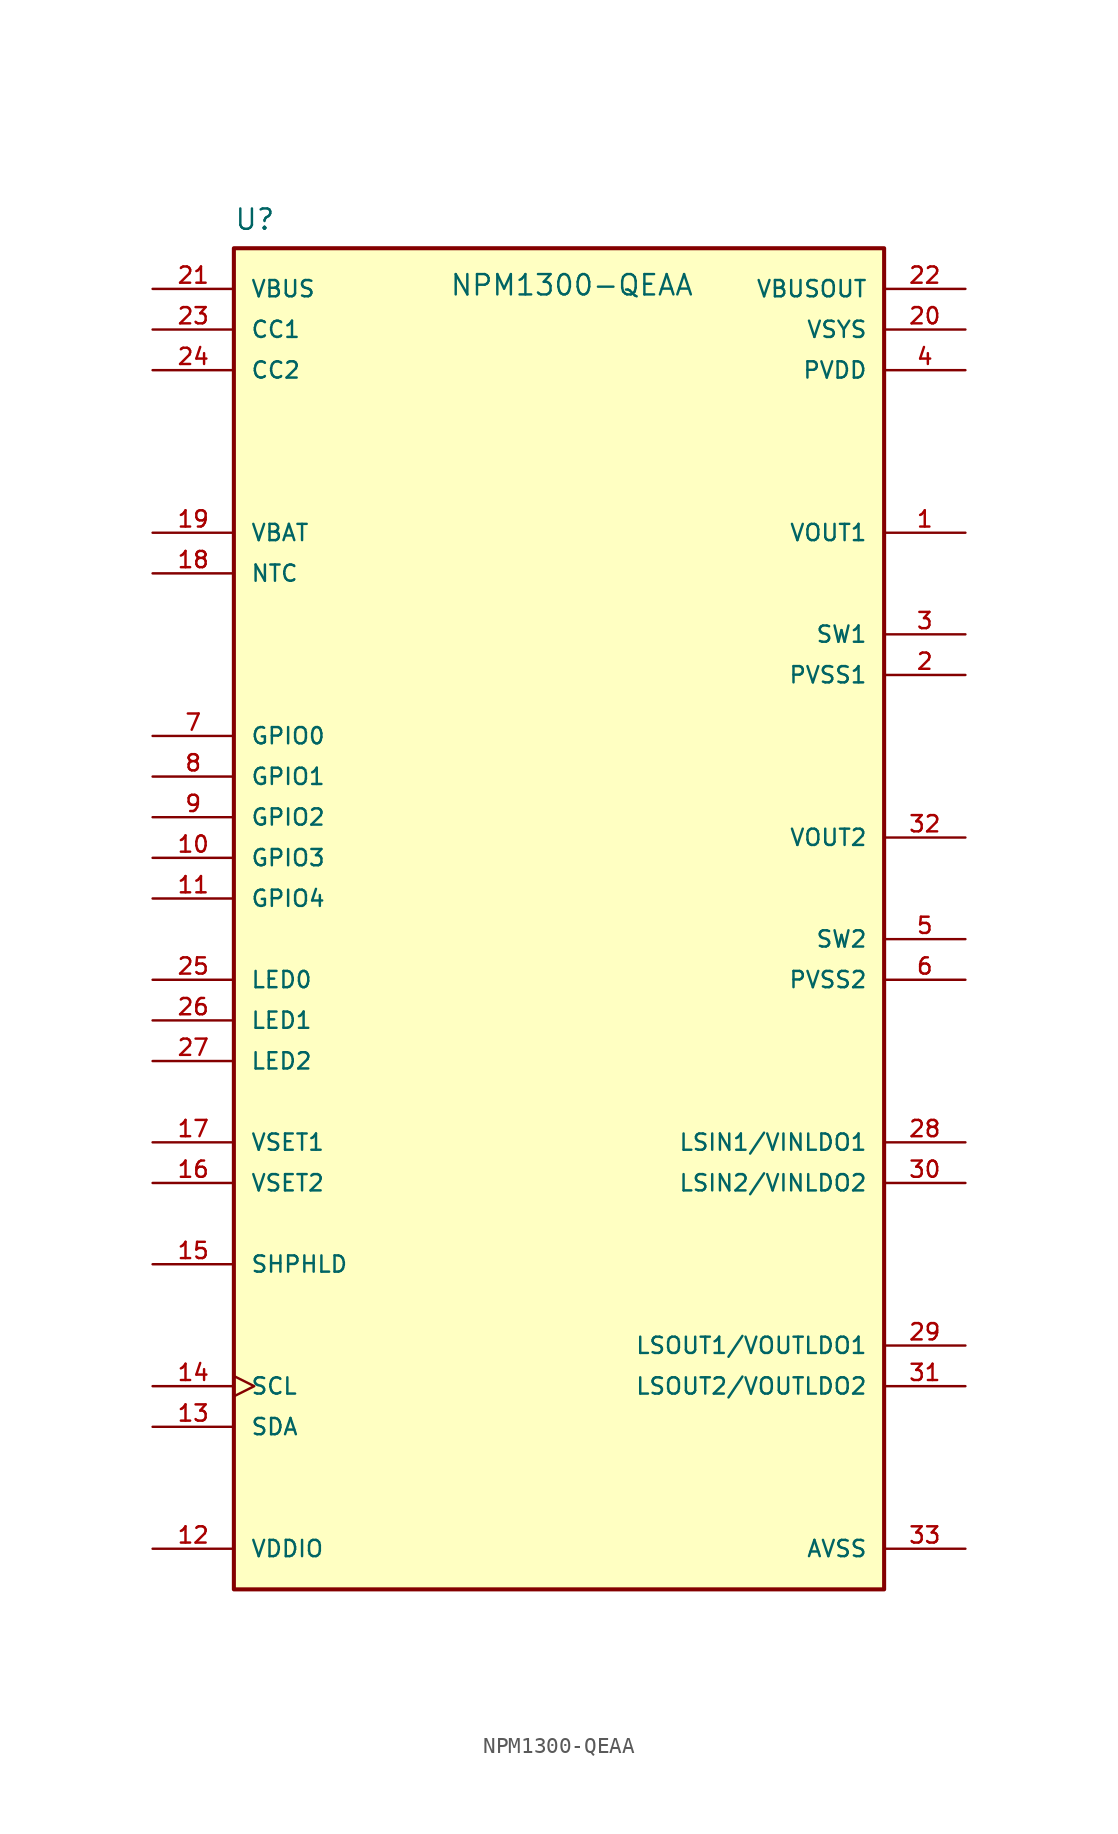
<source format=kicad_sym>
(kicad_symbol_lib
  (version 20231120)
  (generator "kicad_symbol_editor")
  (generator_version "8.0")
  (symbol "NPM1300-QEAA"
    (pin_names
      (offset 1.016))
    (property "Reference" "U"
      (at -20.32 27.94 0)
      (effects (font (size 1.27 1.27)) (justify left top)))
    (property "Value" "NPM1300-QEAA"
      (at -6.858 22.352 0)
      (effects (font (size 1.27 1.27)) (justify left bottom)))
    (symbol "NPM1300-QEAA_0_0"
      (rectangle (start -20.32 25.4) (end 20.32 -58.42) (stroke (width 0.254) (type default)) (fill (type background))))
    (symbol "NPM1300-QEAA_1_0"
      (pin power_out line (at 25.4 7.62 180) (length 5.08) (name "VOUT1" (effects (font (size 1.016 1.016)))) (number "1" (effects (font (size 1.016 1.016)))))
      (pin bidirectional line (at -25.4 -12.7 0) (length 5.08) (name "GPIO3" (effects (font (size 1.016 1.016)))) (number "10" (effects (font (size 1.016 1.016)))))
      (pin bidirectional line (at -25.4 -15.24 0) (length 5.08) (name "GPIO4" (effects (font (size 1.016 1.016)))) (number "11" (effects (font (size 1.016 1.016)))))
      (pin power_in line (at -25.4 -55.88 0) (length 5.08) (name "VDDIO" (effects (font (size 1.016 1.016)))) (number "12" (effects (font (size 1.016 1.016)))))
      (pin open_collector line (at -25.4 -48.26 0) (length 5.08) (name "SDA" (effects (font (size 1.016 1.016)))) (number "13" (effects (font (size 1.016 1.016)))))
      (pin open_collector clock (at -25.4 -45.72 0) (length 5.08) (name "SCL" (effects (font (size 1.016 1.016)))) (number "14" (effects (font (size 1.016 1.016)))))
      (pin input line (at -25.4 -38.1 0) (length 5.08) (name "SHPHLD" (effects (font (size 1.016 1.016)))) (number "15" (effects (font (size 1.016 1.016)))))
      (pin input line (at -25.4 -33.02 0) (length 5.08) (name "VSET2" (effects (font (size 1.016 1.016)))) (number "16" (effects (font (size 1.016 1.016)))))
      (pin input line (at -25.4 -30.48 0) (length 5.08) (name "VSET1" (effects (font (size 1.016 1.016)))) (number "17" (effects (font (size 1.016 1.016)))))
      (pin input line (at -25.4 5.08 0) (length 5.08) (name "NTC" (effects (font (size 1.016 1.016)))) (number "18" (effects (font (size 1.016 1.016)))))
      (pin power_in line (at -25.4 7.62 0) (length 5.08) (name "VBAT" (effects (font (size 1.016 1.016)))) (number "19" (effects (font (size 1.016 1.016)))))
      (pin power_in line (at 25.4 -1.27 180) (length 5.08) (name "PVSS1" (effects (font (size 1.016 1.016)))) (number "2" (effects (font (size 1.016 1.016)))))
      (pin power_out line (at 25.4 20.32 180) (length 5.08) (name "VSYS" (effects (font (size 1.016 1.016)))) (number "20" (effects (font (size 1.016 1.016)))))
      (pin power_in line (at -25.4 22.86 0) (length 5.08) (name "VBUS" (effects (font (size 1.016 1.016)))) (number "21" (effects (font (size 1.016 1.016)))))
      (pin power_out line (at 25.4 22.86 180) (length 5.08) (name "VBUSOUT" (effects (font (size 1.016 1.016)))) (number "22" (effects (font (size 1.016 1.016)))))
      (pin input line (at -25.4 20.32 0) (length 5.08) (name "CC1" (effects (font (size 1.016 1.016)))) (number "23" (effects (font (size 1.016 1.016)))))
      (pin input line (at -25.4 17.78 0) (length 5.08) (name "CC2" (effects (font (size 1.016 1.016)))) (number "24" (effects (font (size 1.016 1.016)))))
      (pin output line (at -25.4 -20.32 0) (length 5.08) (name "LED0" (effects (font (size 1.016 1.016)))) (number "25" (effects (font (size 1.016 1.016)))))
      (pin output line (at -25.4 -22.86 0) (length 5.08) (name "LED1" (effects (font (size 1.016 1.016)))) (number "26" (effects (font (size 1.016 1.016)))))
      (pin output line (at -25.4 -25.4 0) (length 5.08) (name "LED2" (effects (font (size 1.016 1.016)))) (number "27" (effects (font (size 1.016 1.016)))))
      (pin power_in line (at 25.4 -30.48 180) (length 5.08) (name "LSIN1/VINLDO1" (effects (font (size 1.016 1.016)))) (number "28" (effects (font (size 1.016 1.016)))))
      (pin power_out line (at 25.4 -43.18 180) (length 5.08) (name "LSOUT1/VOUTLDO1" (effects (font (size 1.016 1.016)))) (number "29" (effects (font (size 1.016 1.016)))))
      (pin power_in line (at 25.4 1.27 180) (length 5.08) (name "SW1" (effects (font (size 1.016 1.016)))) (number "3" (effects (font (size 1.016 1.016)))))
      (pin power_in line (at 25.4 -33.02 180) (length 5.08) (name "LSIN2/VINLDO2" (effects (font (size 1.016 1.016)))) (number "30" (effects (font (size 1.016 1.016)))))
      (pin power_out line (at 25.4 -45.72 180) (length 5.08) (name "LSOUT2/VOUTLDO2" (effects (font (size 1.016 1.016)))) (number "31" (effects (font (size 1.016 1.016)))))
      (pin power_out line (at 25.4 -11.43 180) (length 5.08) (name "VOUT2" (effects (font (size 1.016 1.016)))) (number "32" (effects (font (size 1.016 1.016)))))
      (pin power_in line (at 25.4 -55.88 180) (length 5.08) (name "AVSS" (effects (font (size 1.016 1.016)))) (number "33" (effects (font (size 1.016 1.016)))))
      (pin power_in line (at 25.4 17.78 180) (length 5.08) (name "PVDD" (effects (font (size 1.016 1.016)))) (number "4" (effects (font (size 1.016 1.016)))))
      (pin power_in line (at 25.4 -17.78 180) (length 5.08) (name "SW2" (effects (font (size 1.016 1.016)))) (number "5" (effects (font (size 1.016 1.016)))))
      (pin power_in line (at 25.4 -20.32 180) (length 5.08) (name "PVSS2" (effects (font (size 1.016 1.016)))) (number "6" (effects (font (size 1.016 1.016)))))
      (pin bidirectional line (at -25.4 -5.08 0) (length 5.08) (name "GPIO0" (effects (font (size 1.016 1.016)))) (number "7" (effects (font (size 1.016 1.016)))))
      (pin bidirectional line (at -25.4 -7.62 0) (length 5.08) (name "GPIO1" (effects (font (size 1.016 1.016)))) (number "8" (effects (font (size 1.016 1.016)))))
      (pin bidirectional line (at -25.4 -10.16 0) (length 5.08) (name "GPIO2" (effects (font (size 1.016 1.016)))) (number "9" (effects (font (size 1.016 1.016))))))))
</source>
